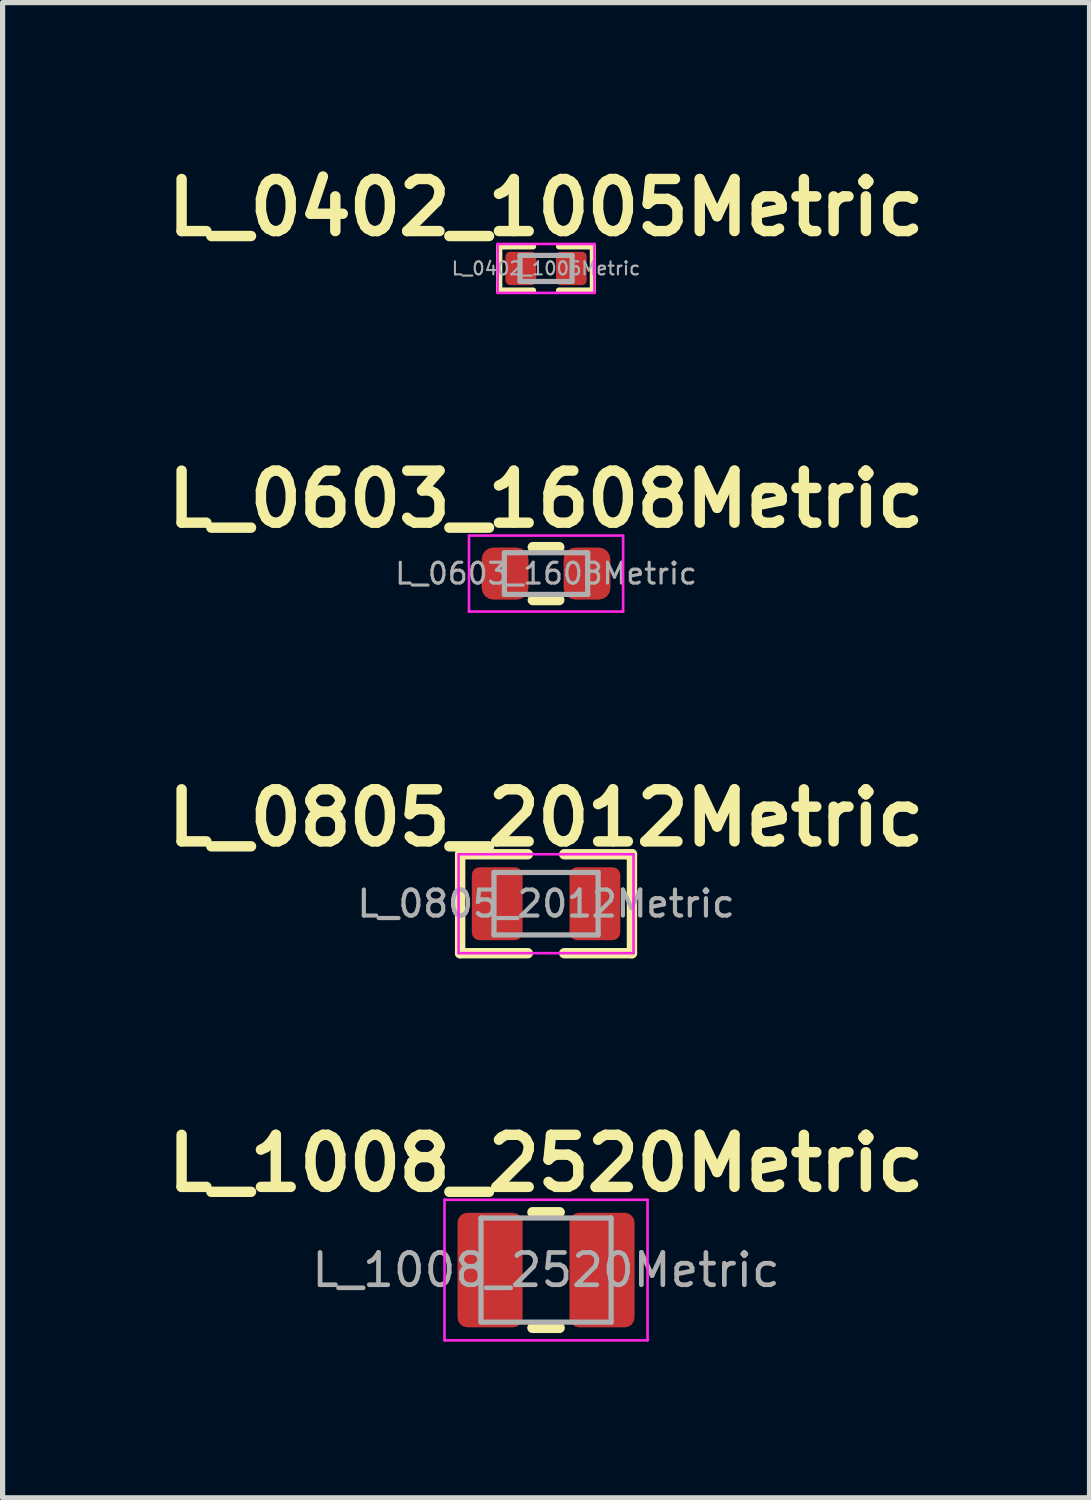
<source format=kicad_pcb>
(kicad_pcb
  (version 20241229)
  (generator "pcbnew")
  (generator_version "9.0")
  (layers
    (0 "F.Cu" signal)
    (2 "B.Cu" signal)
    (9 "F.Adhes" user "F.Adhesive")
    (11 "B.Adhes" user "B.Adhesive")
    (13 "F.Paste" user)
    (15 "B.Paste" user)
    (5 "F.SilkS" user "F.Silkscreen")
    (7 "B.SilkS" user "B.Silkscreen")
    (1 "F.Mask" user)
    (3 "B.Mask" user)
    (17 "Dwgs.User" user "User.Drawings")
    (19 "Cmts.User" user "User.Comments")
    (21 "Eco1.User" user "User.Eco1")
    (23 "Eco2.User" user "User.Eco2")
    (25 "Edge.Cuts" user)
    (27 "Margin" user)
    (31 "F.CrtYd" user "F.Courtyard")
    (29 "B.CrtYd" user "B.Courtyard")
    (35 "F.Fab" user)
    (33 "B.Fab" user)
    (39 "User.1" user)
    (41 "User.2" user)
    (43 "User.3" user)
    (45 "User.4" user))
  (footprint "L_0805_2012Metric"
    (layer "F.Cu")
    (at 7.438 14.308)
    (property "Reference" "L_0805_2012Metric" (at 0 -1.65 0) (layer "F.SilkS") (effects (font (size 1 1) (thickness 0.2))))
    (attr smd)
    (fp_line (start -1.65 -0.95) (end -1.65 0.95) (stroke (width 0.2) (type solid)) (layer "F.SilkS"))
    (fp_line (start -1.65 0.95) (end -0.35 0.95) (stroke (width 0.2) (type solid)) (layer "F.SilkS"))
    (fp_line (start -0.35 -0.95) (end -1.65 -0.95) (stroke (width 0.2) (type solid)) (layer "F.SilkS"))
    (fp_line (start 0.35 -0.95) (end 1.65 -0.95) (stroke (width 0.2) (type solid)) (layer "F.SilkS"))
    (fp_line (start 1.65 -0.95) (end 1.65 0.95) (stroke (width 0.2) (type solid)) (layer "F.SilkS"))
    (fp_line (start 1.65 0.95) (end 0.35 0.95) (stroke (width 0.2) (type solid)) (layer "F.SilkS"))
    (fp_line (start -1.68 -0.95) (end 1.68 -0.95) (stroke (width 0.05) (type solid)) (layer "F.CrtYd"))
    (fp_line (start -1.68 0.95) (end -1.68 -0.95) (stroke (width 0.05) (type solid)) (layer "F.CrtYd"))
    (fp_line (start 1.68 -0.95) (end 1.68 0.95) (stroke (width 0.05) (type solid)) (layer "F.CrtYd"))
    (fp_line (start 1.68 0.95) (end -1.68 0.95) (stroke (width 0.05) (type solid)) (layer "F.CrtYd"))
    (fp_line (start -1 -0.6) (end 1 -0.6) (stroke (width 0.1) (type solid)) (layer "F.Fab"))
    (fp_line (start -1 0.6) (end -1 -0.6) (stroke (width 0.1) (type solid)) (layer "F.Fab"))
    (fp_line (start 1 -0.6) (end 1 0.6) (stroke (width 0.1) (type solid)) (layer "F.Fab"))
    (fp_line (start 1 0.6) (end -1 0.6) (stroke (width 0.1) (type solid)) (layer "F.Fab"))
    (fp_text user "${REFERENCE}" (at 0 0 0) (layer "F.Fab") (effects (font (size 0.5 0.5) (thickness 0.08))))
    (pad "1" smd roundrect (at -0.938 0) (size 0.975 1.4) (layers "F.Cu" "F.Mask" "F.Paste") (roundrect_rratio 0.15))
    (pad "2" smd roundrect (at 0.938 0) (size 0.975 1.4) (layers "F.Cu" "F.Mask" "F.Paste") (roundrect_rratio 0.15)))
  (footprint "L_1008_2520Metric"
    (layer "F.Cu")
    (at 7.438 21.344)
    (property "Reference" "L_1008_2520Metric" (at 0 -2.05 0) (layer "F.SilkS") (effects (font (size 1 1) (thickness 0.2))))
    (attr smd)
    (fp_line (start -0.261 -1.11) (end 0.261 -1.11) (stroke (width 0.2) (type solid)) (layer "F.SilkS"))
    (fp_line (start -0.261 1.11) (end 0.261 1.11) (stroke (width 0.2) (type solid)) (layer "F.SilkS"))
    (fp_line (start -1.95 -1.35) (end 1.95 -1.35) (stroke (width 0.05) (type solid)) (layer "F.CrtYd"))
    (fp_line (start -1.95 1.35) (end -1.95 -1.35) (stroke (width 0.05) (type solid)) (layer "F.CrtYd"))
    (fp_line (start 1.95 -1.35) (end 1.95 1.35) (stroke (width 0.05) (type solid)) (layer "F.CrtYd"))
    (fp_line (start 1.95 1.35) (end -1.95 1.35) (stroke (width 0.05) (type solid)) (layer "F.CrtYd"))
    (fp_line (start -1.25 -1) (end 1.25 -1) (stroke (width 0.1) (type solid)) (layer "F.Fab"))
    (fp_line (start -1.25 1) (end -1.25 -1) (stroke (width 0.1) (type solid)) (layer "F.Fab"))
    (fp_line (start 1.25 -1) (end 1.25 1) (stroke (width 0.1) (type solid)) (layer "F.Fab"))
    (fp_line (start 1.25 1) (end -1.25 1) (stroke (width 0.1) (type solid)) (layer "F.Fab"))
    (fp_text user "${REFERENCE}" (at 0 0 0) (layer "F.Fab") (effects (font (size 0.62 0.62) (thickness 0.09))))
    (pad "1" smd roundrect (at -1.075 0) (size 1.25 2.2) (layers "F.Cu" "F.Mask" "F.Paste") (roundrect_rratio 0.15))
    (pad "2" smd roundrect (at 1.075 0) (size 1.25 2.2) (layers "F.Cu" "F.Mask" "F.Paste") (roundrect_rratio 0.15)))
  (footprint "L_0402_1005Metric"
    (layer "F.Cu")
    (at 7.438 2.106)
    (property "Reference" "L_0402_1005Metric" (at 0 -1.17 0) (layer "F.SilkS") (effects (font (size 1 1) (thickness 0.2))))
    (attr smd)
    (fp_line (start -0.9 -0.425) (end -0.9 0.425) (stroke (width 0.12) (type solid)) (layer "F.SilkS"))
    (fp_line (start -0.9 0.425) (end -0.25 0.425) (stroke (width 0.12) (type solid)) (layer "F.SilkS"))
    (fp_line (start -0.25 -0.425) (end -0.9 -0.425) (stroke (width 0.12) (type solid)) (layer "F.SilkS"))
    (fp_line (start 0.25 -0.425) (end 0.9 -0.425) (stroke (width 0.12) (type solid)) (layer "F.SilkS"))
    (fp_line (start 0.9 -0.425) (end 0.9 0.425) (stroke (width 0.12) (type solid)) (layer "F.SilkS"))
    (fp_line (start 0.9 0.425) (end 0.25 0.425) (stroke (width 0.12) (type solid)) (layer "F.SilkS"))
    (fp_line (start -0.93 -0.47) (end 0.93 -0.47) (stroke (width 0.05) (type solid)) (layer "F.CrtYd"))
    (fp_line (start -0.93 0.47) (end -0.93 -0.47) (stroke (width 0.05) (type solid)) (layer "F.CrtYd"))
    (fp_line (start 0.93 -0.47) (end 0.93 0.47) (stroke (width 0.05) (type solid)) (layer "F.CrtYd"))
    (fp_line (start 0.93 0.47) (end -0.93 0.47) (stroke (width 0.05) (type solid)) (layer "F.CrtYd"))
    (fp_line (start -0.5 -0.25) (end 0.5 -0.25) (stroke (width 0.1) (type solid)) (layer "F.Fab"))
    (fp_line (start -0.5 0.25) (end -0.5 -0.25) (stroke (width 0.1) (type solid)) (layer "F.Fab"))
    (fp_line (start 0.5 -0.25) (end 0.5 0.25) (stroke (width 0.1) (type solid)) (layer "F.Fab"))
    (fp_line (start 0.5 0.25) (end -0.5 0.25) (stroke (width 0.1) (type solid)) (layer "F.Fab"))
    (fp_text user "${REFERENCE}" (at 0 0 0) (layer "F.Fab") (effects (font (size 0.25 0.25) (thickness 0.04))))
    (pad "1" smd roundrect (at -0.485 0) (size 0.59 0.64) (layers "F.Cu" "F.Mask" "F.Paste") (roundrect_rratio 0.15))
    (pad "2" smd roundrect (at 0.485 0) (size 0.59 0.64) (layers "F.Cu" "F.Mask" "F.Paste") (roundrect_rratio 0.15)))
  (footprint "L_0603_1608Metric"
    (layer "F.Cu")
    (at 7.438 7.967)
    (property "Reference" "L_0603_1608Metric" (at 0 -1.43 0) (layer "F.SilkS") (effects (font (size 1 1) (thickness 0.2))))
    (attr smd)
    (fp_line (start -0.254 -0.508) (end 0.254 -0.508) (stroke (width 0.2) (type solid)) (layer "F.SilkS"))
    (fp_line (start -0.254 0.508) (end 0.254 0.508) (stroke (width 0.2) (type solid)) (layer "F.SilkS"))
    (fp_line (start -1.48 -0.73) (end 1.48 -0.73) (stroke (width 0.05) (type solid)) (layer "F.CrtYd"))
    (fp_line (start -1.48 0.73) (end -1.48 -0.73) (stroke (width 0.05) (type solid)) (layer "F.CrtYd"))
    (fp_line (start 1.48 -0.73) (end 1.48 0.73) (stroke (width 0.05) (type solid)) (layer "F.CrtYd"))
    (fp_line (start 1.48 0.73) (end -1.48 0.73) (stroke (width 0.05) (type solid)) (layer "F.CrtYd"))
    (fp_line (start -0.8 -0.4) (end 0.8 -0.4) (stroke (width 0.1) (type solid)) (layer "F.Fab"))
    (fp_line (start -0.8 0.4) (end -0.8 -0.4) (stroke (width 0.1) (type solid)) (layer "F.Fab"))
    (fp_line (start 0.8 -0.4) (end 0.8 0.4) (stroke (width 0.1) (type solid)) (layer "F.Fab"))
    (fp_line (start 0.8 0.4) (end -0.8 0.4) (stroke (width 0.1) (type solid)) (layer "F.Fab"))
    (fp_text user "${REFERENCE}" (at 0 0 0) (layer "F.Fab") (effects (font (size 0.4 0.4) (thickness 0.06))))
    (pad "1" smd roundrect (at -0.787 0) (size 0.9 1) (layers "F.Cu" "F.Mask" "F.Paste") (roundrect_rratio 0.25))
    (pad "2" smd roundrect (at 0.787 0) (size 0.9 1) (layers "F.Cu" "F.Mask" "F.Paste") (roundrect_rratio 0.25)))
  (gr_rect
    (start -3 -3)
    (end 17.876 25.719)
    (stroke (width 0.1) (type default))
    (fill no)
    (layer "Edge.Cuts")))
</source>
